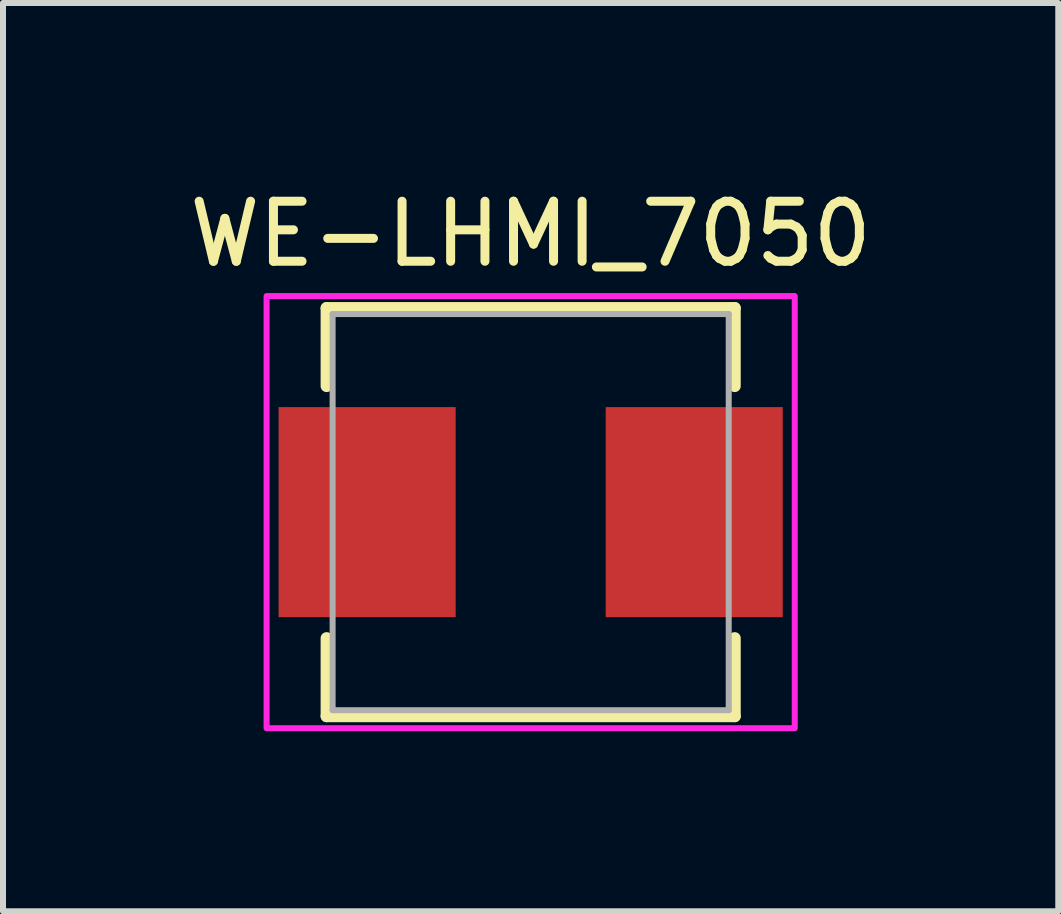
<source format=kicad_pcb>
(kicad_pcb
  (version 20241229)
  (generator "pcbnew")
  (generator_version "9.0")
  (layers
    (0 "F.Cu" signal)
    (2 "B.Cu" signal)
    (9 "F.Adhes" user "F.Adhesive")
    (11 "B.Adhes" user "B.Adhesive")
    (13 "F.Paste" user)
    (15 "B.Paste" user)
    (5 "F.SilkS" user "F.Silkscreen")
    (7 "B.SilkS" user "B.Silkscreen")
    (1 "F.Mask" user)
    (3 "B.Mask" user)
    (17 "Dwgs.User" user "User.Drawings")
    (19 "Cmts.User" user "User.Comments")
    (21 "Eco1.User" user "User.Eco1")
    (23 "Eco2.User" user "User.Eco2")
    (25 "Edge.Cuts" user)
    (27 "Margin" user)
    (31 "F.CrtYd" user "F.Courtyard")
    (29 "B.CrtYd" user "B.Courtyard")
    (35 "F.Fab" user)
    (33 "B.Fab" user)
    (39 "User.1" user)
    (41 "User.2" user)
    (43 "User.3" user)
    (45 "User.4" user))
  (footprint "WE-LHMI_7050"
    (layer "F.Cu")
    (at 5.792 5.483)
    (property "Reference" "WE-LHMI_7050" (at 0 -4.635 0) (layer "F.SilkS") (effects (font (size 1 1) (thickness 0.15))))
    (attr smd)
    (fp_line (start -3.4 -3.4) (end 3.4 -3.4) (stroke (width 0.2) (type solid)) (layer "F.SilkS"))
    (fp_line (start -3.4 -2.1) (end -3.4 -3.4) (stroke (width 0.2) (type solid)) (layer "F.SilkS"))
    (fp_line (start -3.4 2.1) (end -3.4 3.4) (stroke (width 0.2) (type solid)) (layer "F.SilkS"))
    (fp_line (start -3.4 3.4) (end 3.4 3.4) (stroke (width 0.2) (type solid)) (layer "F.SilkS"))
    (fp_line (start 3.4 -3.4) (end 3.4 -2.1) (stroke (width 0.2) (type solid)) (layer "F.SilkS"))
    (fp_line (start 3.4 3.4) (end 3.4 2.1) (stroke (width 0.2) (type solid)) (layer "F.SilkS"))
    (fp_poly (pts (xy -4.4 -3.6) (xy 4.4 -3.6) (xy 4.4 3.6) (xy -4.4 3.6)) (stroke (width 0.1) (type solid)) (fill no) (layer "F.CrtYd"))
    (fp_line (start -3.3 -3.3) (end 3.3 -3.3) (stroke (width 0.1) (type solid)) (layer "F.Fab"))
    (fp_line (start -3.3 3.3) (end -3.3 -3.3) (stroke (width 0.1) (type solid)) (layer "F.Fab"))
    (fp_line (start 3.3 -3.3) (end 3.3 3.3) (stroke (width 0.1) (type solid)) (layer "F.Fab"))
    (fp_line (start 3.3 3.3) (end -3.3 3.3) (stroke (width 0.1) (type solid)) (layer "F.Fab"))
    (pad "1" smd rect (at -2.725 0) (size 2.95 3.5) (layers "F.Cu" "F.Mask" "F.Paste"))
    (pad "2" smd rect (at 2.725 0) (size 2.95 3.5) (layers "F.Cu" "F.Mask" "F.Paste"))
    (zone (net_name "") (layer "F.Cu") (hatch full 0.508) (connect_pads) (min_thickness 0.01) (filled_areas_thickness no) (keepout (tracks not_allowed) (vias not_allowed) (pads not_allowed) (copperpour not_allowed) (footprints allowed)) (placement (enabled no)) (fill) (polygon (pts (xy 4.542 2.183) (xy 7.042 2.183) (xy 7.042 8.783) (xy 4.542 8.783))))
    (zone (net_name "") (layers "F.Cu" "B.Cu") (hatch full 0.508) (connect_pads) (min_thickness 0.01) (filled_areas_thickness no) (keepout (tracks allowed) (vias not_allowed) (pads allowed) (copperpour allowed) (footprints allowed)) (placement (enabled no)) (fill) (polygon (pts (xy 4.542 2.183) (xy 7.042 2.183) (xy 7.042 8.783) (xy 4.542 8.783)))))
  (gr_rect
    (start -3 -3)
    (end 14.583 12.133)
    (stroke (width 0.1) (type default))
    (fill no)
    (layer "Edge.Cuts")))
</source>
